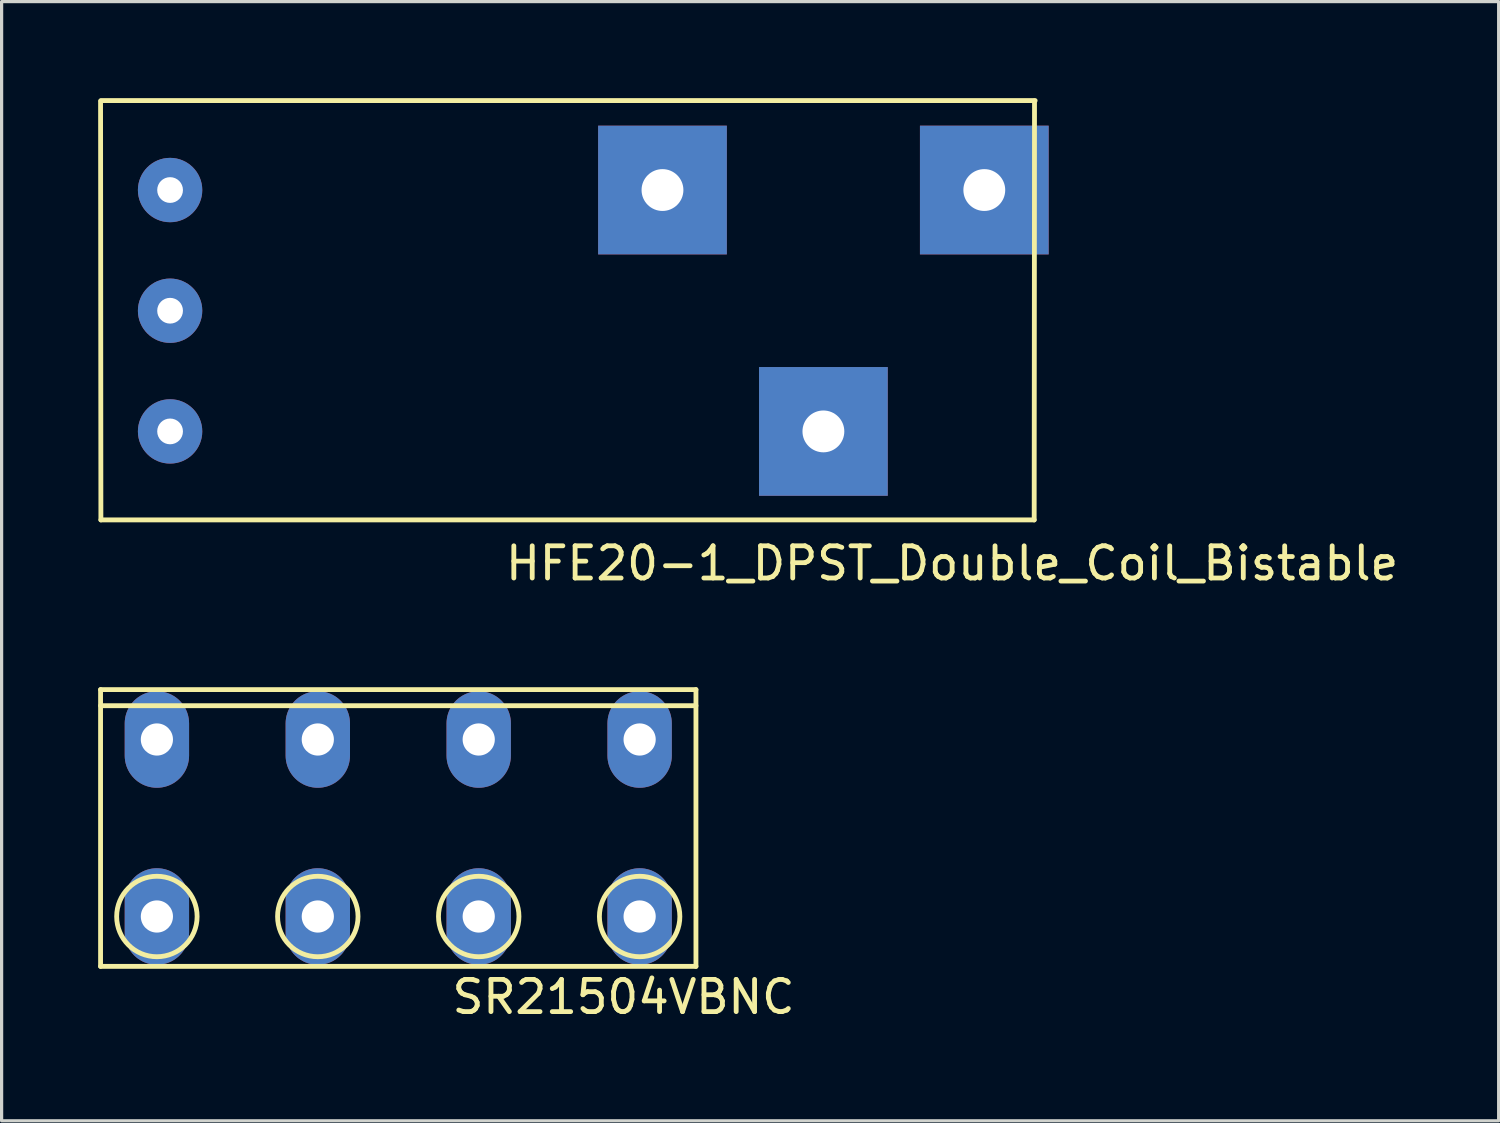
<source format=kicad_pcb>
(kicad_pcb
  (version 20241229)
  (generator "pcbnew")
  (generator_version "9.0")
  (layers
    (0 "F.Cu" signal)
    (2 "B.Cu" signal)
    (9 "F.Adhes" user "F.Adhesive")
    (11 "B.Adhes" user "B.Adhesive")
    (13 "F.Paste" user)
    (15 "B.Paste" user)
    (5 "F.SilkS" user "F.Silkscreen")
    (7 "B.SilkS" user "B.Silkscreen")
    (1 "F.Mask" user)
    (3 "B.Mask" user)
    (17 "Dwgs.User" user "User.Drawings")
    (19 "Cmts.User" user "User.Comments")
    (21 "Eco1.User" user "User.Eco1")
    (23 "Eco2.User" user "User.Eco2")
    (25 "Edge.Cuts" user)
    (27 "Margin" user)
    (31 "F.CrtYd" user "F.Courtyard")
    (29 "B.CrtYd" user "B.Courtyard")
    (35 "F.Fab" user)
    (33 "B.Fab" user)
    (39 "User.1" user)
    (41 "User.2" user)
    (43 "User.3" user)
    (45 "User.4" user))
  (footprint "SR21504VBNC"
    (layer "F.Cu")
    (at 1.825 19.928)
    (property "Reference" "SR21504VBNC" (at 14.5 8 0) (layer "F.SilkS") (effects (font (size 1 1) (thickness 0.15))))
    (attr through_hole)
    (fp_line (start -1.75 -1.55) (end -1.75 7.05) (stroke (width 0.15) (type solid)) (layer "F.SilkS"))
    (fp_line (start -1.75 -1.55) (end 16.75 -1.55) (stroke (width 0.15) (type solid)) (layer "F.SilkS"))
    (fp_line (start -1.75 -1.05) (end 16.75 -1.05) (stroke (width 0.15) (type solid)) (layer "F.SilkS"))
    (fp_line (start -1.75 7.05) (end 16.75 7.05) (stroke (width 0.15) (type solid)) (layer "F.SilkS"))
    (fp_line (start 16.75 -1.55) (end 16.75 7.05) (stroke (width 0.15) (type solid)) (layer "F.SilkS"))
    (fp_circle (center 0 5.5) (end 0 6.75) (stroke (width 0.15) (type solid)) (fill no) (layer "F.SilkS"))
    (fp_circle (center 5 5.5) (end 5 6.75) (stroke (width 0.15) (type solid)) (fill no) (layer "F.SilkS"))
    (fp_circle (center 10 5.5) (end 10 6.75) (stroke (width 0.15) (type solid)) (fill no) (layer "F.SilkS"))
    (fp_circle (center 15 5.5) (end 15 6.75) (stroke (width 0.15) (type solid)) (fill no) (layer "F.SilkS"))
    (pad "1" thru_hole oval (at 0 0) (size 2 3) (drill 1) (layers "*.Cu" "*.Mask"))
    (pad "1" thru_hole oval (at 0 5.5) (size 2 3) (drill 1) (layers "*.Cu" "*.Mask"))
    (pad "2" thru_hole oval (at 5 0) (size 2 3) (drill 1) (layers "*.Cu" "*.Mask"))
    (pad "2" thru_hole oval (at 5 5.5) (size 2 3) (drill 1) (layers "*.Cu" "*.Mask"))
    (pad "3" thru_hole oval (at 10 0) (size 2 3) (drill 1) (layers "*.Cu" "*.Mask"))
    (pad "3" thru_hole oval (at 10 5.5) (size 2 3) (drill 1) (layers "*.Cu" "*.Mask"))
    (pad "4" thru_hole oval (at 15 0) (size 2 3) (drill 1) (layers "*.Cu" "*.Mask"))
    (pad "4" thru_hole oval (at 15 5.5) (size 2 3) (drill 1) (layers "*.Cu" "*.Mask")))
  (footprint "HFE20-1_DPST_Double_Coil_Bistable"
    (layer "F.Cu")
    (at 2.235 6.605)
    (property "Reference" "HFE20-1_DPST_Double_Coil_Bistable" (at 24.3 7.85 0) (layer "F.SilkS") (effects (font (size 1 1) (thickness 0.15))))
    (attr through_hole)
    (fp_line (start -2.15 -6.53) (end 26.88 -6.53) (stroke (width 0.15) (type solid)) (layer "F.SilkS"))
    (fp_line (start -2.15 6.5) (end -2.16 -6.51) (stroke (width 0.15) (type solid)) (layer "F.SilkS"))
    (fp_line (start -2.15 6.5) (end 26.85 6.5) (stroke (width 0.15) (type solid)) (layer "F.SilkS"))
    (fp_line (start 26.86 -6.52) (end 26.85 6.5) (stroke (width 0.15) (type solid)) (layer "F.SilkS"))
    (pad "1" thru_hole circle (at 0 -3.75) (size 2 2) (drill 0.8) (layers "*.Cu" "*.Mask"))
    (pad "2" thru_hole circle (at 0 3.75) (size 2 2) (drill 0.8) (layers "*.Cu" "*.Mask"))
    (pad "3" thru_hole rect (at 20.3 3.75) (size 4 4) (drill 1.3) (layers "*.Cu" "*.Mask"))
    (pad "4" thru_hole rect (at 25.3 -3.75) (size 4 4) (drill 1.3) (layers "*.Cu" "*.Mask"))
    (pad "5" thru_hole circle (at 0 0) (size 2 2) (drill 0.8) (layers "*.Cu" "*.Mask"))
    (pad "6" thru_hole rect (at 15.3 -3.75) (size 4 4) (drill 1.3) (layers "*.Cu" "*.Mask")))
  (gr_rect
    (start -3 -3)
    (end 43.517 31.776)
    (stroke (width 0.1) (type default))
    (fill no)
    (layer "Edge.Cuts")))
</source>
